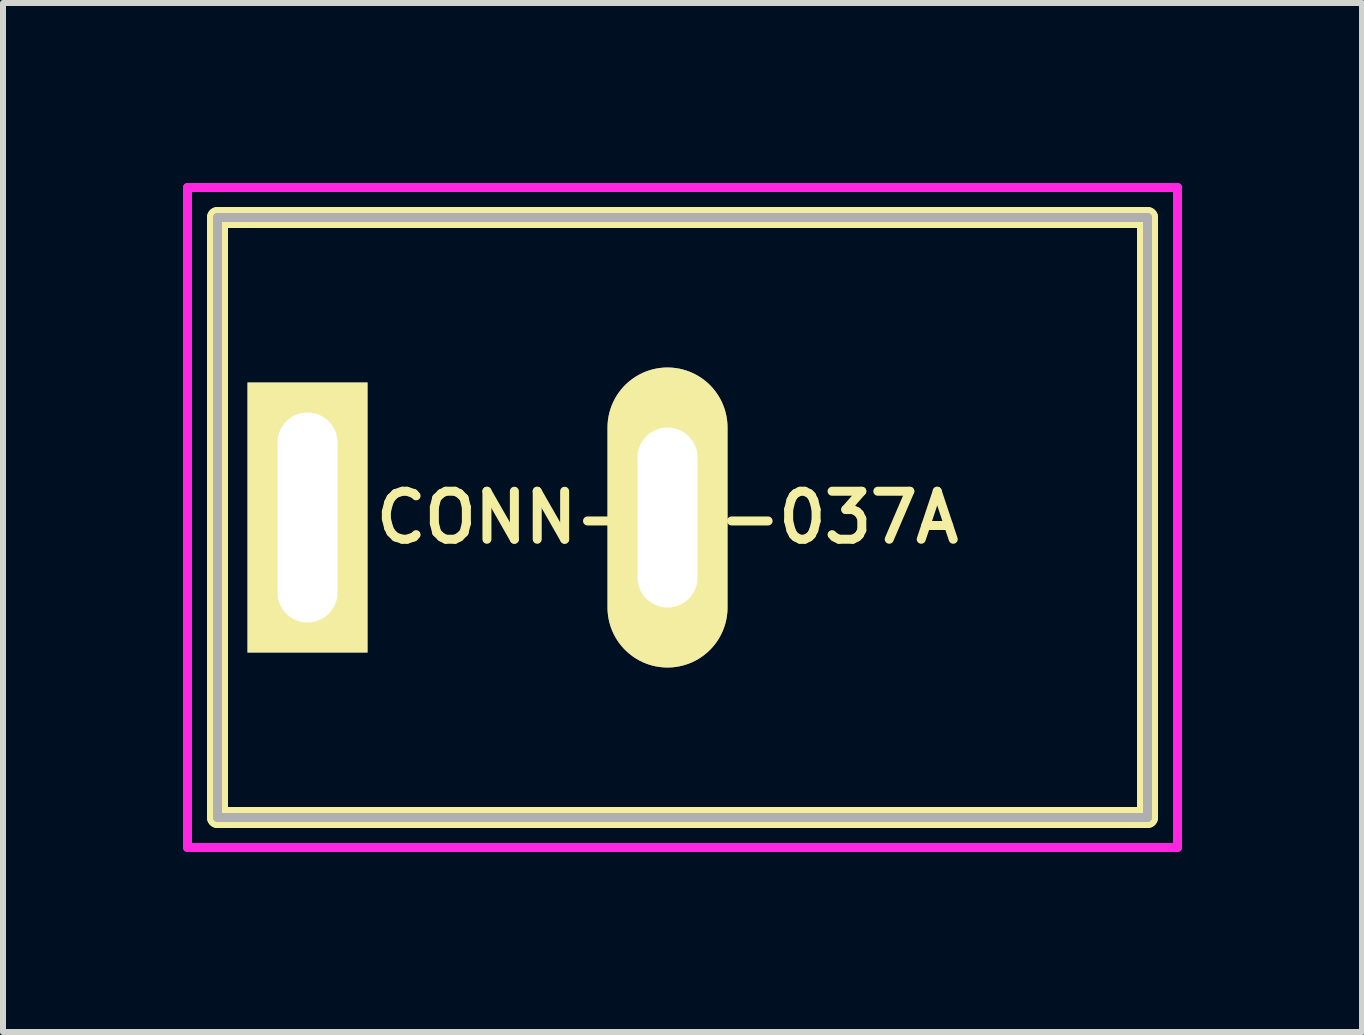
<source format=kicad_pcb>
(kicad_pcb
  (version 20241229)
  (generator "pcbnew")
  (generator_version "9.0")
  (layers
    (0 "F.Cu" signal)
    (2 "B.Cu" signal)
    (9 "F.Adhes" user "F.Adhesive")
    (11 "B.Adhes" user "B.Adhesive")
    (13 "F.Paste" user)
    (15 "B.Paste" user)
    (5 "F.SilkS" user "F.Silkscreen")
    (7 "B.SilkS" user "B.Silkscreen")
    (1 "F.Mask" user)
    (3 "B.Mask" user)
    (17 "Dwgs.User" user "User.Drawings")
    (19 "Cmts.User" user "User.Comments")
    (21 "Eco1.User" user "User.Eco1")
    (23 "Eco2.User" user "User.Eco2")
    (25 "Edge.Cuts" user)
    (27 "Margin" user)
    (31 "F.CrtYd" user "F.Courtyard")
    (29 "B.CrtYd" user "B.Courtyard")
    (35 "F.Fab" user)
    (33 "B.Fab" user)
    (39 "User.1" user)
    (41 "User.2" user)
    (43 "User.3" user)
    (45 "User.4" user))
  (footprint "CONN-PJ-037A"
    (layer "F.Cu")
    (at 8.075 5.575)
    (property "Reference" "CONN-PJ-037A" (at 0 0 0) (layer "F.SilkS") (effects (font (size 0.8 0.8) (thickness 0.15))))
    (attr through_hole)
    (fp_line (start -7.5 -5) (end -7.5 5) (stroke (width 0.35) (type solid)) (layer "F.SilkS"))
    (fp_line (start -7.5 5) (end 8 5) (stroke (width 0.35) (type solid)) (layer "F.SilkS"))
    (fp_line (start 8 -5) (end -7.5 -5) (stroke (width 0.35) (type solid)) (layer "F.SilkS"))
    (fp_line (start 8 5) (end 8 -5) (stroke (width 0.35) (type solid)) (layer "F.SilkS"))
    (fp_line (start -8 -5.5) (end -8 5.5) (stroke (width 0.15) (type solid)) (layer "F.CrtYd"))
    (fp_line (start -8 5.5) (end 8.5 5.5) (stroke (width 0.15) (type solid)) (layer "F.CrtYd"))
    (fp_line (start 8.5 -5.5) (end -8 -5.5) (stroke (width 0.15) (type solid)) (layer "F.CrtYd"))
    (fp_line (start 8.5 5.5) (end 8.5 -5.5) (stroke (width 0.15) (type solid)) (layer "F.CrtYd"))
    (fp_line (start -7.5 -5) (end 8 -5) (stroke (width 0.15) (type solid)) (layer "F.Fab"))
    (fp_line (start -7.5 5) (end -7.5 -5) (stroke (width 0.15) (type solid)) (layer "F.Fab"))
    (fp_line (start 8 -5) (end 8 5) (stroke (width 0.15) (type solid)) (layer "F.Fab"))
    (fp_line (start 8 5) (end -7.5 5) (stroke (width 0.15) (type solid)) (layer "F.Fab"))
    (pad "1" thru_hole rect (at -6 0) (size 2 4.5) (drill oval 1 3.5) (layers "*.Cu" "*.Mask" "F.SilkS"))
    (pad "2" thru_hole oval (at 0 0) (size 2 5) (drill oval 1 3) (layers "*.Cu" "*.Mask" "F.SilkS")))
  (gr_rect
    (start -3 -3)
    (end 19.65 14.15)
    (stroke (width 0.1) (type default))
    (fill no)
    (layer "Edge.Cuts")))
</source>
